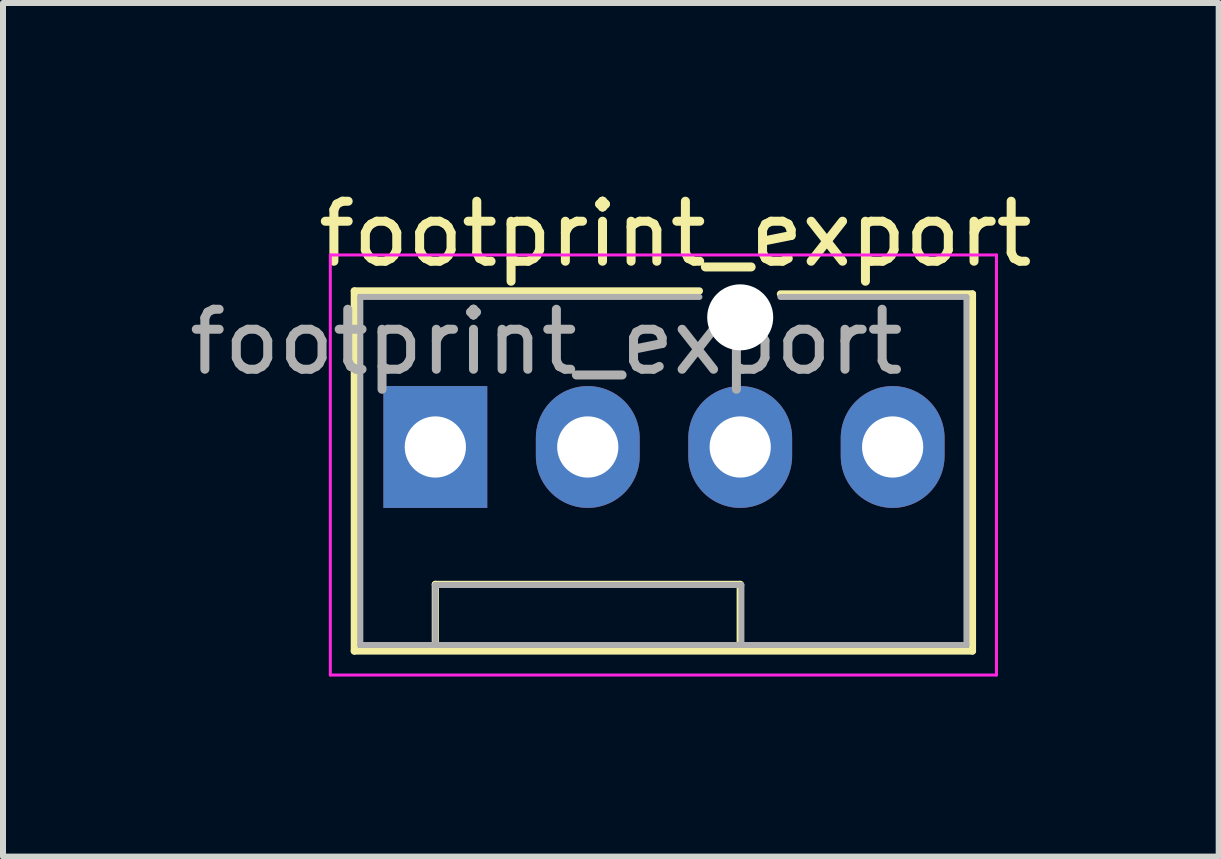
<source format=kicad_pcb>
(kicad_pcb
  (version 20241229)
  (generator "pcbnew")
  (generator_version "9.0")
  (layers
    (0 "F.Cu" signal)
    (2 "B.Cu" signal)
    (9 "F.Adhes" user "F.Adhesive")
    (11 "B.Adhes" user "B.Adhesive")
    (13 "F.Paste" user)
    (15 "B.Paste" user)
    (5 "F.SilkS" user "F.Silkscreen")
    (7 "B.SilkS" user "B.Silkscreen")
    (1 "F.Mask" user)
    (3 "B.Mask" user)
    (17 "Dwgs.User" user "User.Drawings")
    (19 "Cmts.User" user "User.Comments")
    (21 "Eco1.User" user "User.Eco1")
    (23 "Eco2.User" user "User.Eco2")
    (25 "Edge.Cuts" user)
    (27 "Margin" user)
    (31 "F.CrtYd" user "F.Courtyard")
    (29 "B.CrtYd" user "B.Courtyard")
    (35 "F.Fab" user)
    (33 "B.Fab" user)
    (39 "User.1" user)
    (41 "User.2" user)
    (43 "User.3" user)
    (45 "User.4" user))
  (footprint "footprint_export"
    (layer "F.Cu")
    (at 4.204 4.398)
    (property "Reference" "footprint_export" (at 4 -3.55 0) (layer "F.SilkS") (effects (font (size 1 1) (thickness 0.15))))
    (attr through_hole)
    (fp_line (start -1.35 -2.6) (end 4.4 -2.6) (stroke (width 0.12) (type solid)) (layer "F.SilkS"))
    (fp_line (start -1.35 3.4) (end -1.35 -2.6) (stroke (width 0.12) (type solid)) (layer "F.SilkS"))
    (fp_line (start 0 2.29) (end 5.08 2.29) (stroke (width 0.12) (type solid)) (layer "F.SilkS"))
    (fp_line (start 0 3.3) (end 0 2.29) (stroke (width 0.12) (type solid)) (layer "F.SilkS"))
    (fp_line (start 5.08 2.29) (end 5.08 3.3) (stroke (width 0.12) (type solid)) (layer "F.SilkS"))
    (fp_line (start 5.75 -2.55) (end 8.95 -2.55) (stroke (width 0.12) (type solid)) (layer "F.SilkS"))
    (fp_line (start 8.95 -2.55) (end 8.95 3.4) (stroke (width 0.12) (type solid)) (layer "F.SilkS"))
    (fp_line (start 8.95 3.4) (end -1.35 3.4) (stroke (width 0.12) (type solid)) (layer "F.SilkS"))
    (fp_line (start -1.75 3.8) (end -1.75 -3.2) (stroke (width 0.05) (type solid)) (layer "F.CrtYd"))
    (fp_line (start -1.75 3.8) (end 9.35 3.8) (stroke (width 0.05) (type solid)) (layer "F.CrtYd"))
    (fp_line (start 9.35 -3.2) (end -1.75 -3.2) (stroke (width 0.05) (type solid)) (layer "F.CrtYd"))
    (fp_line (start 9.35 -3.2) (end 9.35 3.8) (stroke (width 0.05) (type solid)) (layer "F.CrtYd"))
    (fp_line (start -1.25 -2.5) (end 4.4 -2.5) (stroke (width 0.1) (type solid)) (layer "F.Fab"))
    (fp_line (start -1.25 3.3) (end -1.25 -2.5) (stroke (width 0.1) (type solid)) (layer "F.Fab"))
    (fp_line (start -1.2 3.3) (end -1.25 3.3) (stroke (width 0.1) (type solid)) (layer "F.Fab"))
    (fp_line (start 0 2.3) (end 0 3.3) (stroke (width 0.1) (type solid)) (layer "F.Fab"))
    (fp_line (start 5.1 2.3) (end 0 2.3) (stroke (width 0.1) (type solid)) (layer "F.Fab"))
    (fp_line (start 5.1 3.3) (end 5.1 2.3) (stroke (width 0.1) (type solid)) (layer "F.Fab"))
    (fp_line (start 5.75 -2.5) (end 8.85 -2.5) (stroke (width 0.1) (type solid)) (layer "F.Fab"))
    (fp_line (start 8.85 -2.5) (end 8.85 3.3) (stroke (width 0.1) (type solid)) (layer "F.Fab"))
    (fp_line (start 8.85 3.3) (end -1.2 3.3) (stroke (width 0.1) (type solid)) (layer "F.Fab"))
    (fp_text user "${REFERENCE}" (at 1.85 -1.75 0) (layer "F.Fab") (effects (font (size 1 1) (thickness 0.15))))
    (pad "" np_thru_hole circle (at 5.08 -2.16 90) (size 1.1 1.1) (drill 1.1) (layers "*.Cu" "*.Mask"))
    (pad "1" thru_hole rect (at 0 0 90) (size 2.03 1.73) (drill 1.02) (layers "*.Cu" "*.Mask"))
    (pad "2" thru_hole oval (at 2.54 0 90) (size 2.03 1.73) (drill 1.02) (layers "*.Cu" "*.Mask"))
    (pad "3" thru_hole oval (at 5.08 0 90) (size 2.03 1.73) (drill 1.02) (layers "*.Cu" "*.Mask"))
    (pad "4" thru_hole oval (at 7.62 0 90) (size 2.03 1.73) (drill 1.02) (layers "*.Cu" "*.Mask")))
  (gr_rect
    (start -3 -3)
    (end 17.257 11.223)
    (stroke (width 0.1) (type default))
    (fill no)
    (layer "Edge.Cuts")))
</source>
